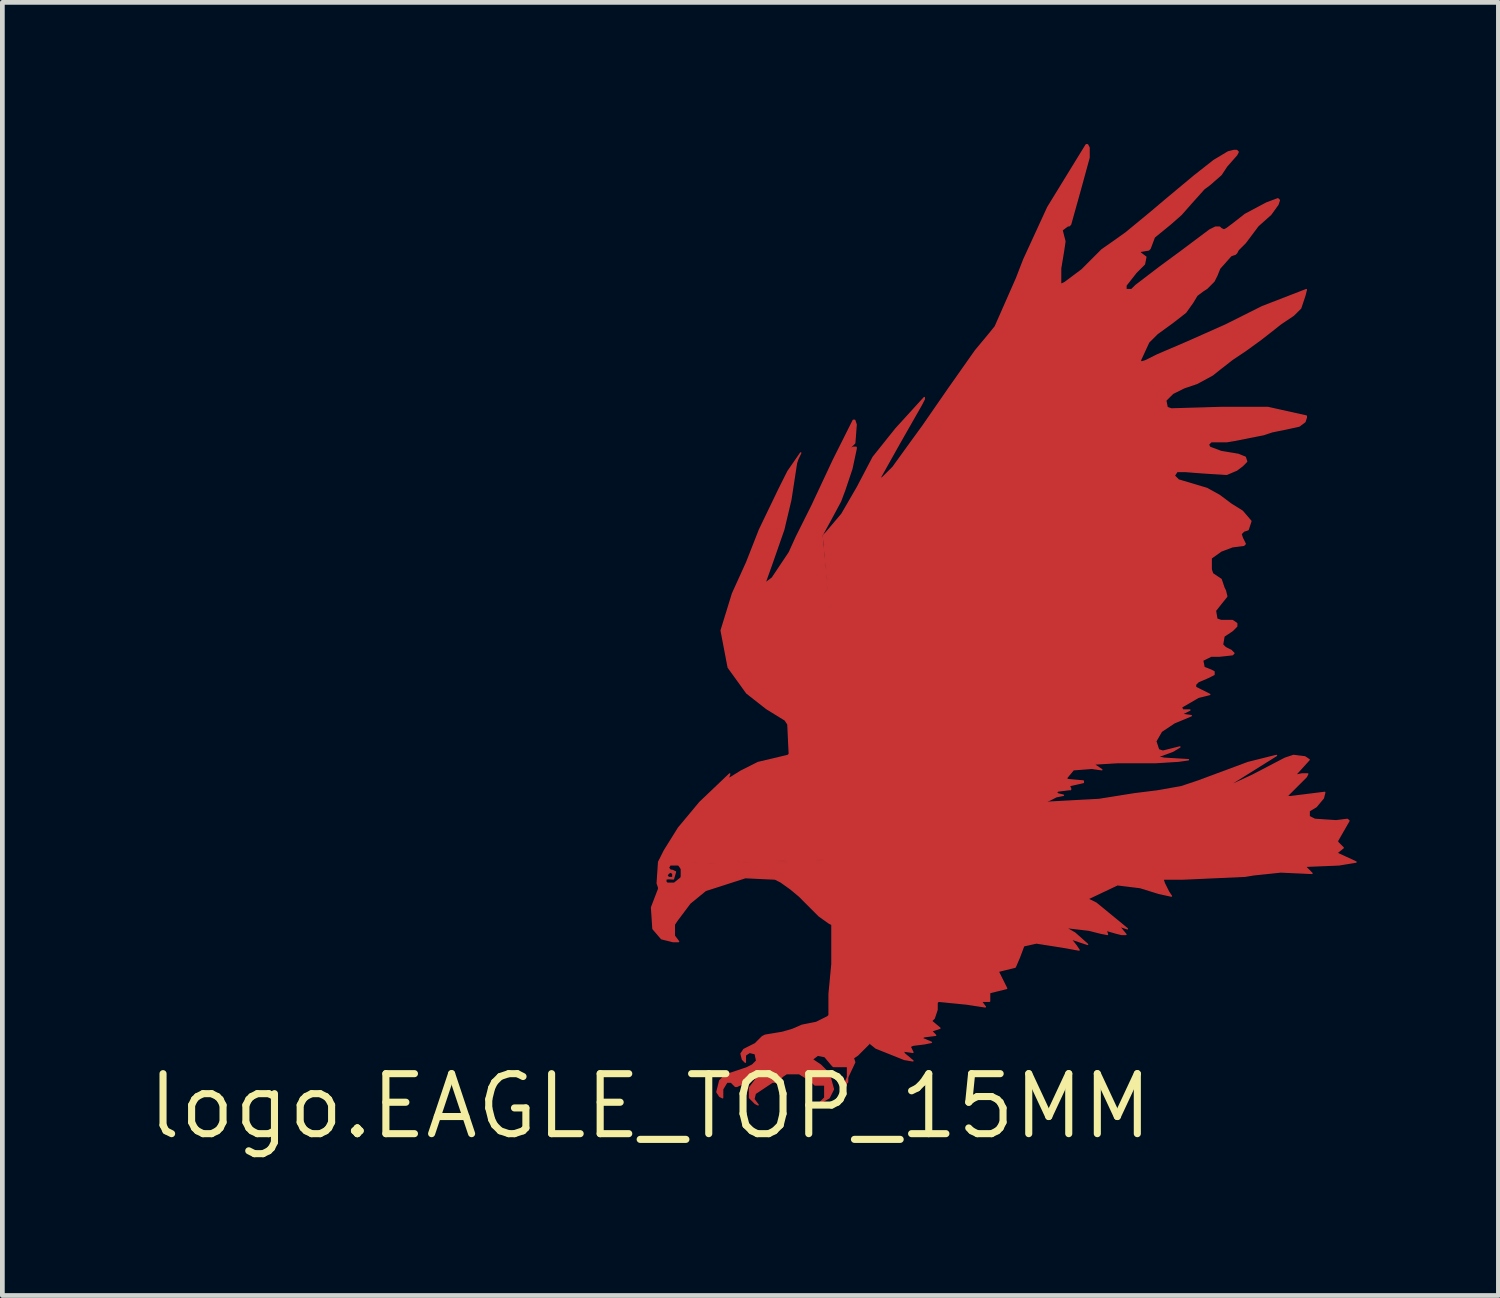
<source format=kicad_pcb>
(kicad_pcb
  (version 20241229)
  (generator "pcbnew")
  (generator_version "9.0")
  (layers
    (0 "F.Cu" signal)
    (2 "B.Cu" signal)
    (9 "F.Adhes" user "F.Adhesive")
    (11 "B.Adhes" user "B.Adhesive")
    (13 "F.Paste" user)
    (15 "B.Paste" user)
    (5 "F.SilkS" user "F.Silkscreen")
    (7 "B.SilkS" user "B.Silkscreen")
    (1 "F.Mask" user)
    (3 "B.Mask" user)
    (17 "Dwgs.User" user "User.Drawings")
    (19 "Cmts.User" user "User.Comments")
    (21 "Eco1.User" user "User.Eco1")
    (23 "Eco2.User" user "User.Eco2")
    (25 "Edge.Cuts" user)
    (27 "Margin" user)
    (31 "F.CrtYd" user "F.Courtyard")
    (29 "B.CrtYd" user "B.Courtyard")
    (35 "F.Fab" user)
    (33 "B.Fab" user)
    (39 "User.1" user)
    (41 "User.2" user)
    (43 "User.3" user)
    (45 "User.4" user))
  (footprint "logo.EAGLE_TOP_15MM"
    (layer "F.Cu")
    (at 10.712 20.366)
    (property "Reference" "logo.EAGLE_TOP_15MM" (at 0 0 0) (layer "F.SilkS") (effects (font (size 1.27 1.27) (thickness 0.15))))
    (fp_poly (pts (xy 0.301 -4.96) (xy 0.331 -5.02) (xy 0.391 -5.11) (xy 0.541 -5.17) (xy 0.691 -5.08) (xy 0.722 -4.84) (xy 0.571 -4.689) (xy 0.331 -4.689) (xy 0.271 -4.749) (xy 0.271 -4.9) (xy 0.331 -4.9) (xy 0.331 -4.84) (xy 0.331 -4.749) (xy 0.361 -4.72) (xy 0.511 -4.72) (xy 0.661 -4.84) (xy 0.691 -4.99) (xy 0.601 -5.11) (xy 0.421 -5.11) (xy 0.385 -5.047) (xy 0.428 -4.995) (xy 0.469 -4.992) (xy 0.535 -4.961) (xy 0.491 -4.812) (xy 0.392 -4.819) (xy 0.331 -4.81) (xy 0.363 -4.873) (xy 0.391 -4.84) (xy 0.481 -4.84) (xy 0.481 -4.93) (xy 0.421 -4.96) (xy 0.358 -4.9) (xy 0.361 -4.87)) (stroke (width 0.03) (type default)) (fill yes) (layer "F.Cu"))
    (fp_poly (pts (xy 4.178 -6.403) (xy 8.387 -6.433) (xy 9.499 -6.493) (xy 10.25 -6.613) (xy 10.732 -6.673) (xy 11.242 -6.763) (xy 11.603 -6.884) (xy 12.655 -7.275) (xy 13.256 -7.425) (xy 12.295 -6.824) (xy 12.355 -6.824) (xy 12.745 -7.004) (xy 13.437 -7.365) (xy 13.617 -7.425) (xy 13.858 -7.395) (xy 13.948 -7.335) (xy 13.648 -7.004) (xy 13.798 -7.034) (xy 13.918 -7.034) (xy 13.888 -6.974) (xy 13.497 -6.583) (xy 13.497 -6.553) (xy 13.557 -6.553) (xy 14.278 -6.643) (xy 14.248 -6.523) (xy 14.098 -6.343) (xy 13.948 -6.252) (xy 13.948 -6.133) (xy 14.068 -6.072) (xy 14.519 -6.042) (xy 14.759 -6.072) (xy 14.79 -6.042) (xy 14.549 -5.621) (xy 14.549 -5.591) (xy 14.669 -5.471) (xy 14.519 -5.351) (xy 14.549 -5.351) (xy 14.94 -5.17) (xy 14.579 -5.11) (xy 13.858 -5.08) (xy 14.008 -4.93) (xy 13.347 -4.96) (xy 12.775 -4.9) (xy 12.595 -4.87) (xy 11.273 -4.81) (xy 10.852 -4.81) (xy 10.882 -4.72) (xy 10.972 -4.539) (xy 11.032 -4.449) (xy 10.761 -4.509) (xy 10.371 -4.63) (xy 9.89 -4.689) (xy 9.258 -4.389) (xy 9.439 -4.299) (xy 10.1 -3.757) (xy 9.92 -3.818) (xy 10.07 -3.637) (xy 9.98 -3.637) (xy 9.86 -3.667) (xy 9.649 -3.728) (xy 9.679 -3.637) (xy 9.529 -3.667) (xy 9.289 -3.728) (xy 8.778 -3.788) (xy 8.988 -3.667) (xy 9.258 -3.427) (xy 8.898 -3.547) (xy 9.018 -3.397) (xy 9.078 -3.307) (xy 8.747 -3.367) (xy 8.176 -3.457) (xy 7.906 -3.397) (xy 7.816 -3.156) (xy 7.726 -2.946) (xy 7.365 -2.856) (xy 7.545 -2.495) (xy 7.184 -2.405) (xy 7.184 -2.224) (xy 7.004 -2.224) (xy 7.094 -2.104) (xy 6.703 -2.164) (xy 6.102 -2.224) (xy 6.072 -2.194) (xy 6.072 -2.104) (xy 6.072 -2.044) (xy 6.012 -1.864) (xy 5.952 -1.804) (xy 6.133 -1.653) (xy 5.952 -1.593) (xy 6.042 -1.503) (xy 5.802 -1.473) (xy 5.741 -1.443) (xy 5.952 -1.353) (xy 5.802 -1.323) (xy 5.561 -1.293) (xy 5.501 -1.263) (xy 5.561 -1.142) (xy 5.351 -1.172) (xy 5.381 -1.112) (xy 5.561 -0.962) (xy 5.381 -0.992) (xy 4.78 -1.232) (xy 4.63 -1.353)) (stroke (width 0.03) (type default)) (fill yes) (layer "F.Cu"))
    (fp_poly (pts (xy 1.533 -0.18) (xy 1.473 -0.21) (xy 1.413 -0.301) (xy 1.473 -0.541) (xy 1.593 -0.661) (xy 1.864 -0.751) (xy 2.044 -0.812) (xy 2.164 -0.872) (xy 2.255 -0.962) (xy 2.224 -1.112) (xy 2.104 -1.142) (xy 2.014 -1.082) (xy 2.014 -0.932) (xy 1.954 -0.992) (xy 1.924 -1.112) (xy 1.984 -1.202) (xy 2.104 -1.263) (xy 2.224 -1.323) (xy 2.284 -1.383) (xy 2.375 -1.473) (xy 2.435 -1.503) (xy 2.796 -1.563) (xy 3.006 -1.623) (xy 3.216 -1.714) (xy 3.367 -1.744) (xy 3.517 -1.774) (xy 3.757 -1.894) (xy 3.788 -1.924) (xy 3.788 -2.375) (xy 3.848 -3.006) (xy 3.848 -3.848) (xy 3.788 -3.878) (xy 3.577 -4.028) (xy 3.367 -4.238) (xy 3.156 -4.449) (xy 2.976 -4.599) (xy 2.766 -4.749) (xy 2.645 -4.81) (xy 2.014 -4.84) (xy 1.172 -4.569) (xy 0.842 -4.299) (xy 0.571 -3.938) (xy 0.511 -3.848) (xy 0.511 -3.607) (xy 0.601 -3.487) (xy 0.481 -3.487) (xy 0.24 -3.547) (xy 0.06 -3.757) (xy 0.03 -4.208) (xy 0.18 -4.599) (xy 0.18 -4.63) (xy 0.15 -4.72) (xy 0.18 -5.17) (xy 0.301 -5.411) (xy 0.601 -5.892) (xy 1.052 -6.433) (xy 1.683 -7.034) (xy 1.653 -6.944) (xy 1.683 -6.944) (xy 1.924 -7.094) (xy 2.284 -7.275) (xy 2.916 -7.425) (xy 2.946 -7.455) (xy 2.916 -8.086) (xy 2.856 -8.176) (xy 2.465 -8.417) (xy 2.044 -8.747) (xy 1.653 -9.289) (xy 1.503 -10.07) (xy 1.744 -10.852) (xy 2.044 -11.513) (xy 2.315 -12.204) (xy 2.735 -13.076) (xy 2.916 -13.437) (xy 3.186 -13.828) (xy 3.127 -13.707) (xy 3.096 -13.617) (xy 2.976 -12.836) (xy 2.826 -12.204) (xy 2.585 -11.513) (xy 2.435 -11.092) (xy 2.465 -11.092) (xy 2.585 -11.182) (xy 2.946 -11.723) (xy 3.096 -12.054) (xy 3.427 -12.715) (xy 3.878 -13.678) (xy 4.299 -14.519) (xy 4.329 -14.519) (xy 4.359 -14.429) (xy 4.329 -14.038) (xy 4.238 -13.948) (xy 4.238 -13.918) (xy 4.299 -13.948) (xy 4.359 -13.948) (xy 4.359 -13.918) (xy 4.269 -13.497) (xy 4.118 -13.046) (xy 4.028 -12.806) (xy 3.818 -12.415) (xy 3.637 -12.084) (xy 4.299 -5.231) (xy 0.421 -5.14) (xy 0.301 -4.96) (xy 0.301 -4.81) (xy 0.331 -4.72) (xy 0.391 -4.689) (xy 0.511 -4.689) (xy 0.661 -4.81) (xy 0.661 -5.08) (xy 0.601 -5.14) (xy 1.052 -5.14) (xy 4.299 -5.23) (xy 4.63 -1.323) (xy 4.389 -1.082) (xy 4.299 -1.022) (xy 4.329 -0.932) (xy 4.088 -0.421) (xy 4.178 -0.511) (xy 4.178 -0.842) (xy 3.878 -0.842) (xy 3.848 -0.872) (xy 3.697 -1.052) (xy 3.547 -1.082) (xy 3.427 -0.992) (xy 3.607 -0.872) (xy 3.788 -0.691) (xy 3.878 -0.361) (xy 3.788 -0.18) (xy 3.577 -0.06) (xy 3.697 -0.18) (xy 3.697 -0.451) (xy 3.487 -0.451) (xy 3.397 -0.541) (xy 3.156 -0.691) (xy 2.886 -0.691) (xy 2.796 -0.631) (xy 2.705 -0.511) (xy 2.585 -0.511) (xy 2.315 -0.331) (xy 2.224 -0.271) (xy 2.194 -0.15) (xy 2.284 -0.03) (xy 2.224 -0.06) (xy 2.104 -0.18) (xy 2.104 -0.391) (xy 2.284 -0.631) (xy 2.164 -0.571) (xy 1.834 -0.421) (xy 1.804 -0.421) (xy 1.714 -0.511) (xy 1.623 -0.511) (xy 1.533 -0.361)) (stroke (width 0.03) (type default)) (fill yes) (layer "F.Cu"))
    (fp_poly (pts (xy 3.667 -12.084) (xy 3.728 -12.145) (xy 4.058 -12.535) (xy 4.389 -13.106) (xy 4.72 -13.738) (xy 5.2 -14.339) (xy 5.802 -15) (xy 5.802 -14.97) (xy 5.741 -14.85) (xy 5.261 -14.008) (xy 4.84 -13.256) (xy 4.93 -13.317) (xy 5.14 -13.527) (xy 5.531 -14.068) (xy 5.772 -14.399) (xy 6.313 -15.181) (xy 6.884 -15.992) (xy 7.184 -16.353) (xy 7.305 -16.503) (xy 7.755 -17.525) (xy 7.906 -17.916) (xy 8.417 -19.028) (xy 9.229 -20.351) (xy 9.258 -20.351) (xy 9.289 -20.291) (xy 9.289 -20.08) (xy 9.108 -19.419) (xy 8.898 -18.667) (xy 8.868 -18.637) (xy 8.838 -18.637) (xy 8.717 -18.547) (xy 8.747 -18.427) (xy 8.778 -18.307) (xy 8.747 -18.096) (xy 8.687 -17.735) (xy 8.687 -17.405) (xy 8.717 -17.405) (xy 8.778 -17.435) (xy 9.139 -17.705) (xy 9.559 -18.126) (xy 9.86 -18.337) (xy 10.07 -18.487) (xy 10.581 -18.908) (xy 10.972 -19.238) (xy 11.513 -19.689) (xy 11.934 -20.02) (xy 12.235 -20.2) (xy 12.355 -20.23) (xy 12.415 -20.23) (xy 12.445 -20.2) (xy 12.415 -20.14) (xy 12.204 -19.9) (xy 12.084 -19.719) (xy 11.844 -19.509) (xy 11.723 -19.419) (xy 11.453 -19.118) (xy 11.242 -18.878) (xy 11.002 -18.667) (xy 10.671 -18.397) (xy 10.581 -18.157) (xy 10.551 -18.126) (xy 10.371 -18.096) (xy 10.371 -18.066) (xy 10.491 -17.976) (xy 10.461 -17.826) (xy 10.281 -17.645) (xy 10.07 -17.375) (xy 10.07 -17.285) (xy 10.19 -17.285) (xy 10.281 -17.375) (xy 10.792 -17.765) (xy 11.242 -18.096) (xy 11.844 -18.547) (xy 11.964 -18.607) (xy 12.054 -18.607) (xy 12.084 -18.577) (xy 12.145 -18.547) (xy 12.204 -18.577) (xy 12.325 -18.667) (xy 12.595 -18.878) (xy 13.046 -19.118) (xy 13.287 -19.208) (xy 13.317 -19.178) (xy 13.287 -19.088) (xy 13.136 -18.878) (xy 12.866 -18.637) (xy 12.595 -18.276) (xy 12.445 -18.126) (xy 12.415 -18.066) (xy 12.385 -18.036) (xy 12.295 -18.006) (xy 12.054 -17.735) (xy 11.994 -17.585) (xy 11.934 -17.465) (xy 11.784 -17.314) (xy 11.693 -17.255) (xy 11.573 -17.164) (xy 11.483 -17.014) (xy 11.333 -16.804) (xy 11.062 -16.593) (xy 10.732 -16.353) (xy 10.551 -16.172) (xy 10.371 -15.781) (xy 10.401 -15.752) (xy 10.491 -15.781) (xy 10.732 -15.902) (xy 11.363 -16.172) (xy 12.175 -16.533) (xy 12.956 -16.924) (xy 13.888 -17.285) (xy 13.858 -17.164) (xy 13.768 -16.894) (xy 13.617 -16.744) (xy 13.347 -16.563) (xy 13.196 -16.443) (xy 12.926 -16.232) (xy 12.595 -15.992) (xy 12.325 -15.812) (xy 12.054 -15.601) (xy 11.904 -15.481) (xy 11.573 -15.301) (xy 11.303 -15.21) (xy 11.062 -15.09) (xy 10.912 -14.94) (xy 10.942 -14.79) (xy 11.032 -14.759) (xy 12.084 -14.79) (xy 13.076 -14.79) (xy 13.888 -14.609) (xy 13.888 -14.579) (xy 13.858 -14.489) (xy 13.738 -14.399) (xy 13.467 -14.339) (xy 13.166 -14.278) (xy 12.986 -14.218) (xy 12.685 -14.158) (xy 12.385 -14.098) (xy 12.204 -14.068) (xy 11.874 -14.068) (xy 11.814 -14.008) (xy 11.844 -13.948) (xy 12.084 -13.858) (xy 12.445 -13.798) (xy 12.595 -13.738) (xy 12.625 -13.648) (xy 12.535 -13.557) (xy 12.415 -13.467) (xy 12.204 -13.377) (xy 11.723 -13.407) (xy 11.333 -13.437) (xy 11.152 -13.437) (xy 11.092 -13.347) (xy 11.182 -13.256) (xy 11.784 -13.076) (xy 12.054 -12.926) (xy 12.295 -12.745) (xy 12.535 -12.595) (xy 12.715 -12.385) (xy 12.655 -12.204) (xy 12.565 -12.175) (xy 12.505 -12.114) (xy 12.535 -12.024) (xy 12.595 -11.904) (xy 12.565 -11.874) (xy 12.325 -11.844) (xy 12.084 -11.753) (xy 11.874 -11.603) (xy 11.874 -11.543) (xy 11.874 -11.363) (xy 11.904 -11.273) (xy 12.084 -11.152) (xy 12.145 -10.972) (xy 12.175 -10.912) (xy 12.204 -10.792) (xy 12.084 -10.642) (xy 11.964 -10.491) (xy 11.994 -10.311) (xy 12.084 -10.281) (xy 12.325 -10.281) (xy 12.415 -10.22) (xy 12.415 -10.16) (xy 12.325 -10.07) (xy 12.145 -9.95) (xy 12.114 -9.77) (xy 12.175 -9.709) (xy 12.295 -9.649) (xy 12.355 -9.589) (xy 12.325 -9.559) (xy 12.054 -9.529) (xy 11.874 -9.529) (xy 11.693 -9.439) (xy 11.723 -9.289) (xy 11.874 -9.229) (xy 11.934 -9.198) (xy 11.934 -9.139) (xy 11.814 -9.078) (xy 11.603 -8.988) (xy 11.543 -8.928) (xy 11.543 -8.868) (xy 11.603 -8.838) (xy 11.844 -8.717) (xy 11.603 -8.657) (xy 11.242 -8.447) (xy 11.273 -8.387) (xy 11.423 -8.387) (xy 11.242 -8.296) (xy 11.453 -8.267) (xy 11.092 -8.116) (xy 10.822 -7.936) (xy 10.701 -7.726) (xy 10.761 -7.545) (xy 10.852 -7.515) (xy 11.212 -7.605) (xy 11.062 -7.515) (xy 10.732 -7.395) (xy 10.882 -7.365) (xy 11.393 -7.335) (xy 11.182 -7.305) (xy 10.701 -7.275) (xy 9.89 -7.275) (xy 9.379 -7.244) (xy 9.559 -7.124) (xy 9.349 -7.154) (xy 8.958 -7.124) (xy 8.808 -6.944) (xy 8.838 -6.914) (xy 9.168 -6.884) (xy 9.168 -6.854) (xy 8.898 -6.793) (xy 8.868 -6.763) (xy 8.898 -6.734) (xy 8.898 -6.703) (xy 8.868 -6.703) (xy 8.627 -6.673) (xy 8.597 -6.643) (xy 8.627 -6.613) (xy 8.747 -6.583) (xy 8.597 -6.553) (xy 8.357 -6.433) (xy 4.148 -6.403)) (stroke (width 0.03) (type default)) (fill yes) (layer "F.Cu")))
  (gr_rect
    (start -3 -3)
    (end 28.666 24.372)
    (stroke (width 0.1) (type default))
    (fill no)
    (layer "Edge.Cuts")))
</source>
